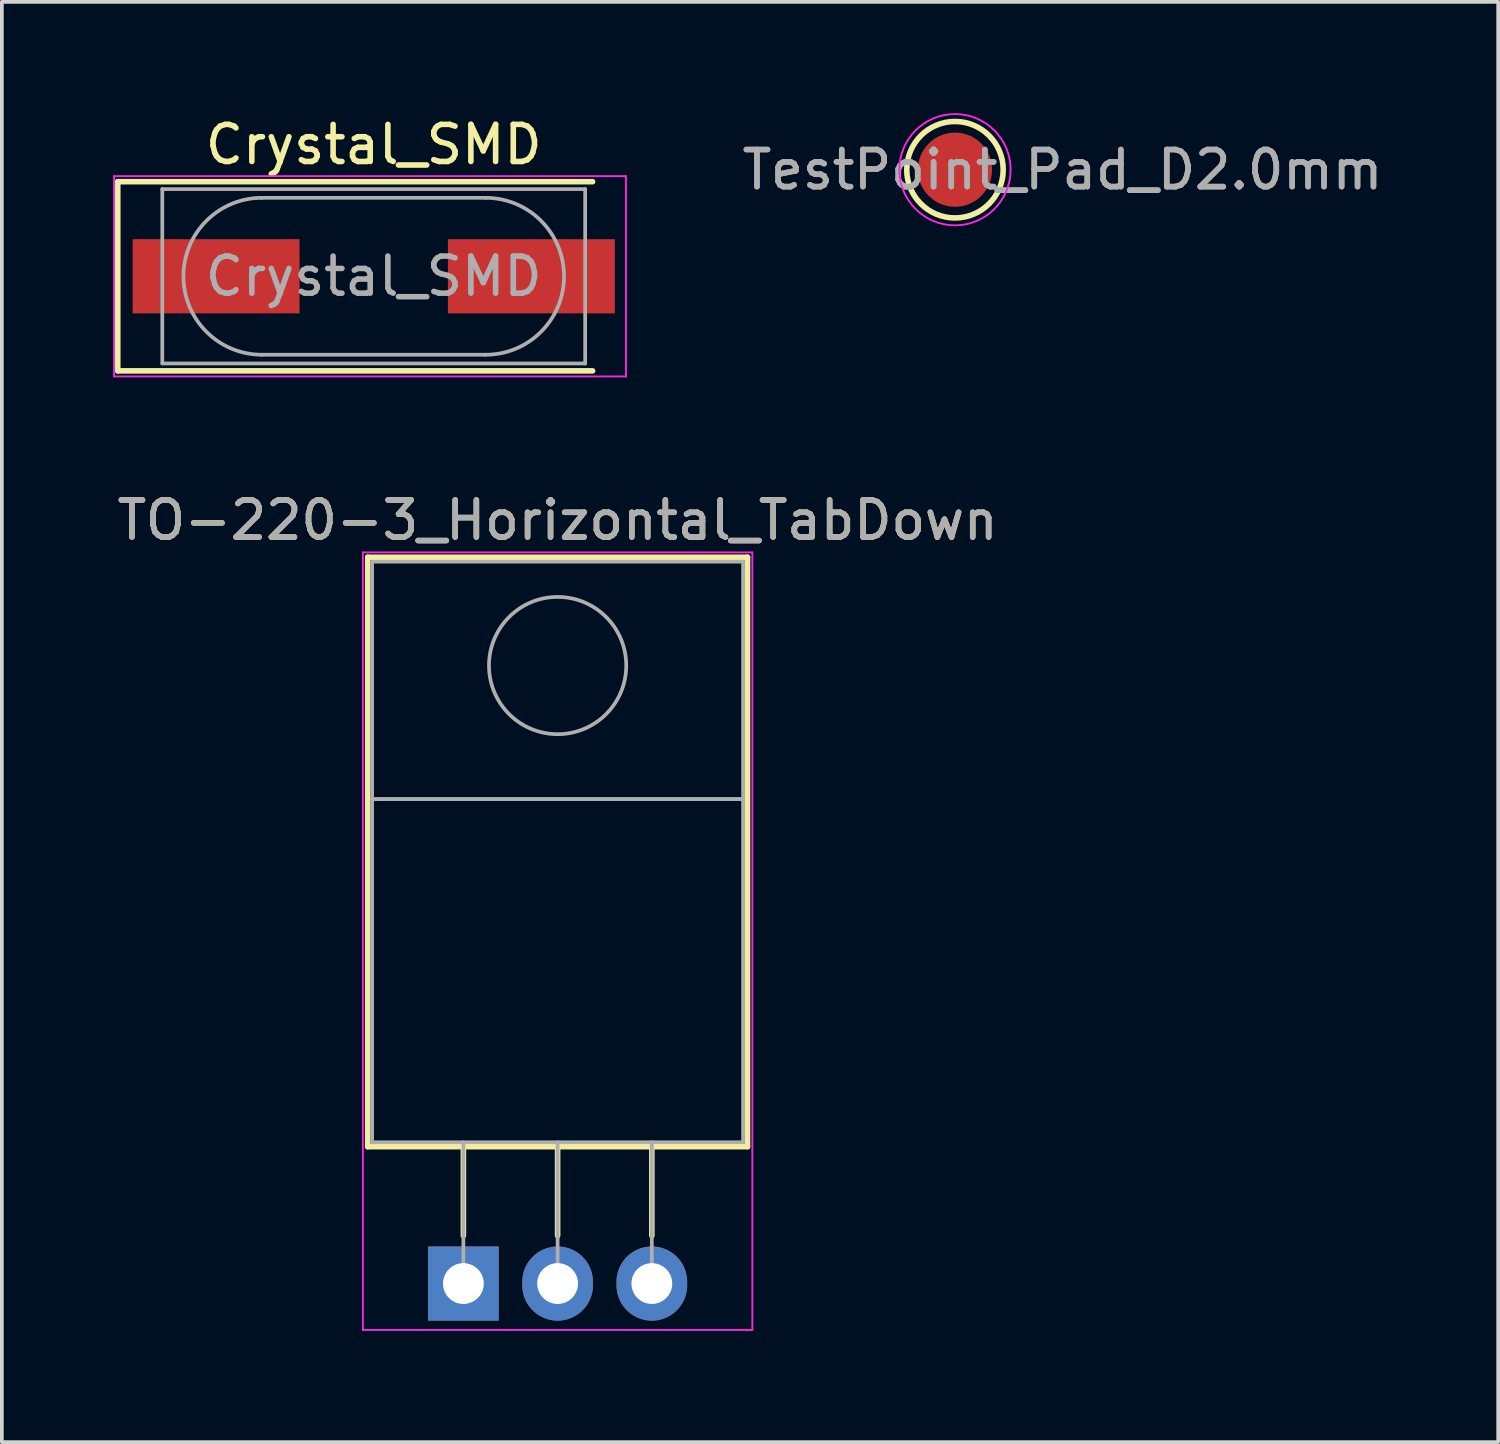
<source format=kicad_pcb>
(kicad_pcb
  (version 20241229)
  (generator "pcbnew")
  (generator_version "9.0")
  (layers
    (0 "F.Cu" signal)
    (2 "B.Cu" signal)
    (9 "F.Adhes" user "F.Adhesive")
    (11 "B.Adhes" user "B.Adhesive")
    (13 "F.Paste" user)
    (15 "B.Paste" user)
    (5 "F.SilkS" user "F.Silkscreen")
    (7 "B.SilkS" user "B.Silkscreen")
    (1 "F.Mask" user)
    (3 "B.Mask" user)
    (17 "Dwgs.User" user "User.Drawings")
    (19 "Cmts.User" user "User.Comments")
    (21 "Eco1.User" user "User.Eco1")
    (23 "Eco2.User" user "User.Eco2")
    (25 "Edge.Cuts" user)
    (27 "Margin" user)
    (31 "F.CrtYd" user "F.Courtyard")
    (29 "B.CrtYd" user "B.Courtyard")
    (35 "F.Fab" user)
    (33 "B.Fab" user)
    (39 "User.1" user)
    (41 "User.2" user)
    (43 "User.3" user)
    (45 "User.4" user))
  (footprint "TO-220-3_Horizontal_TabDown"
    (layer "F.Cu")
    (at 9.442 31.552)
    (property "Reference" "TO-220-3_Horizontal_TabDown" (at 2.54 -20.58 0) (layer "F.SilkS") (effects (font (size 1 1) (thickness 0.15))))
    (attr through_hole)
    (fp_line (start -2.58 -19.58) (end -2.58 -3.69) (stroke (width 0.15) (type solid)) (layer "F.SilkS"))
    (fp_line (start -2.58 -19.58) (end 7.66 -19.58) (stroke (width 0.15) (type solid)) (layer "F.SilkS"))
    (fp_line (start -2.58 -3.69) (end 7.66 -3.69) (stroke (width 0.15) (type solid)) (layer "F.SilkS"))
    (fp_line (start 0 -3.69) (end 0 -1.29) (stroke (width 0.15) (type solid)) (layer "F.SilkS"))
    (fp_line (start 2.54 -3.69) (end 2.54 -1.29) (stroke (width 0.15) (type solid)) (layer "F.SilkS"))
    (fp_line (start 5.08 -3.69) (end 5.08 -1.29) (stroke (width 0.15) (type solid)) (layer "F.SilkS"))
    (fp_line (start 7.66 -19.58) (end 7.66 -3.69) (stroke (width 0.15) (type solid)) (layer "F.SilkS"))
    (fp_line (start -2.71 -19.71) (end -2.71 1.25) (stroke (width 0.05) (type solid)) (layer "F.CrtYd"))
    (fp_line (start -2.71 1.25) (end 7.79 1.25) (stroke (width 0.05) (type solid)) (layer "F.CrtYd"))
    (fp_line (start 7.79 -19.71) (end -2.71 -19.71) (stroke (width 0.05) (type solid)) (layer "F.CrtYd"))
    (fp_line (start 7.79 1.25) (end 7.79 -19.71) (stroke (width 0.05) (type solid)) (layer "F.CrtYd"))
    (fp_line (start -2.46 -19.46) (end 7.54 -19.46) (stroke (width 0.1) (type solid)) (layer "F.Fab"))
    (fp_line (start -2.46 -13.06) (end -2.46 -19.46) (stroke (width 0.1) (type solid)) (layer "F.Fab"))
    (fp_line (start -2.46 -13.06) (end 7.54 -13.06) (stroke (width 0.1) (type solid)) (layer "F.Fab"))
    (fp_line (start -2.46 -3.81) (end -2.46 -13.06) (stroke (width 0.1) (type solid)) (layer "F.Fab"))
    (fp_line (start 0 -3.81) (end 0 0) (stroke (width 0.1) (type solid)) (layer "F.Fab"))
    (fp_line (start 2.54 -3.81) (end 2.54 0) (stroke (width 0.1) (type solid)) (layer "F.Fab"))
    (fp_line (start 5.08 -3.81) (end 5.08 0) (stroke (width 0.1) (type solid)) (layer "F.Fab"))
    (fp_line (start 7.54 -19.46) (end 7.54 -13.06) (stroke (width 0.1) (type solid)) (layer "F.Fab"))
    (fp_line (start 7.54 -13.06) (end -2.46 -13.06) (stroke (width 0.1) (type solid)) (layer "F.Fab"))
    (fp_line (start 7.54 -13.06) (end 7.54 -3.81) (stroke (width 0.1) (type solid)) (layer "F.Fab"))
    (fp_line (start 7.54 -3.81) (end -2.46 -3.81) (stroke (width 0.1) (type solid)) (layer "F.Fab"))
    (fp_circle (center 2.54 -16.66) (end 4.39 -16.66) (stroke (width 0.1) (type solid)) (fill no) (layer "F.Fab"))
    (fp_text user "${REFERENCE}" (at 2.54 -20.58 0) (layer "F.Fab") (effects (font (size 1 1) (thickness 0.15))))
    (pad "1" thru_hole rect (at 0 0) (size 1.905 2) (drill 1.1) (layers "*.Cu" "*.Mask"))
    (pad "2" thru_hole oval (at 2.54 0) (size 1.905 2) (drill 1.1) (layers "*.Cu" "*.Mask"))
    (pad "3" thru_hole oval (at 5.08 0) (size 1.905 2) (drill 1.1) (layers "*.Cu" "*.Mask")))
  (footprint "Crystal_SMD"
    (layer "F.Cu")
    (at 7.025 4.398)
    (property "Reference" "Crystal_SMD" (at 0 -3.55 0) (layer "F.SilkS") (effects (font (size 1 1) (thickness 0.15))))
    (attr smd)
    (fp_line (start -6.9 -2.55) (end -6.9 2.55) (stroke (width 0.15) (type solid)) (layer "F.SilkS"))
    (fp_line (start -6.9 2.55) (end 5.9 2.55) (stroke (width 0.15) (type solid)) (layer "F.SilkS"))
    (fp_line (start 5.9 -2.55) (end -6.9 -2.55) (stroke (width 0.15) (type solid)) (layer "F.SilkS"))
    (fp_line (start -7 -2.7) (end -7 2.7) (stroke (width 0.05) (type solid)) (layer "F.CrtYd"))
    (fp_line (start -7 2.7) (end 6.8 2.7) (stroke (width 0.05) (type solid)) (layer "F.CrtYd"))
    (fp_line (start 6.8 -2.7) (end -7 -2.7) (stroke (width 0.05) (type solid)) (layer "F.CrtYd"))
    (fp_line (start 6.8 2.7) (end 6.8 -2.7) (stroke (width 0.05) (type solid)) (layer "F.CrtYd"))
    (fp_line (start -5.7 -2.35) (end -5.7 2.35) (stroke (width 0.1) (type solid)) (layer "F.Fab"))
    (fp_line (start -5.7 2.35) (end 5.7 2.35) (stroke (width 0.1) (type solid)) (layer "F.Fab"))
    (fp_line (start -3.015 -2.115) (end 3.015 -2.115) (stroke (width 0.1) (type solid)) (layer "F.Fab"))
    (fp_line (start -3.015 2.115) (end 3.015 2.115) (stroke (width 0.1) (type solid)) (layer "F.Fab"))
    (fp_line (start 5.7 -2.35) (end -5.7 -2.35) (stroke (width 0.1) (type solid)) (layer "F.Fab"))
    (fp_line (start 5.7 2.35) (end 5.7 -2.35) (stroke (width 0.1) (type solid)) (layer "F.Fab"))
    (fp_arc (start -3.015 2.115) (mid -5.13 0) (end -3.015 -2.115) (stroke (width 0.1) (type solid)) (layer "F.Fab"))
    (fp_arc (start 3.015 -2.115) (mid 5.13 0) (end 3.015 2.115) (stroke (width 0.1) (type solid)) (layer "F.Fab"))
    (fp_text user "${REFERENCE}" (at 0 0 0) (layer "F.Fab") (effects (font (size 1 1) (thickness 0.15))))
    (pad "1" smd rect (at -4.25 0) (size 4.5 2) (layers "F.Cu" "F.Mask" "F.Paste"))
    (pad "2" smd rect (at 4.25 0) (size 4.5 2) (layers "F.Cu" "F.Mask" "F.Paste")))
  (footprint "TestPoint_Pad_D2.0mm"
    (layer "F.Cu")
    (at 22.694 1.525)
    (property "Reference" "TestPoint_Pad_D2.0mm" (at 2.9 0.002 0) (layer "F.Fab") (effects (font (size 1 1) (thickness 0.15))))
    (attr exclude_from_pos_files exclude_from_bom)
    (fp_circle (center 0 0) (end 1.3 0) (stroke (width 0.15) (type solid)) (fill no) (layer "F.SilkS"))
    (fp_circle (center 0 0) (end 1.5 0) (stroke (width 0.05) (type solid)) (fill no) (layer "F.CrtYd"))
    (fp_text user "${REFERENCE}" (at 2.9 0 0) (layer "F.Fab") (effects (font (size 1 1) (thickness 0.15))))
    (pad "1" smd circle (at 0 0) (size 2 2) (layers "F.Cu" "F.Mask")))
  (gr_rect
    (start -3 -3)
    (end 37.338 35.827)
    (stroke (width 0.1) (type default))
    (fill no)
    (layer "Edge.Cuts")))
</source>
